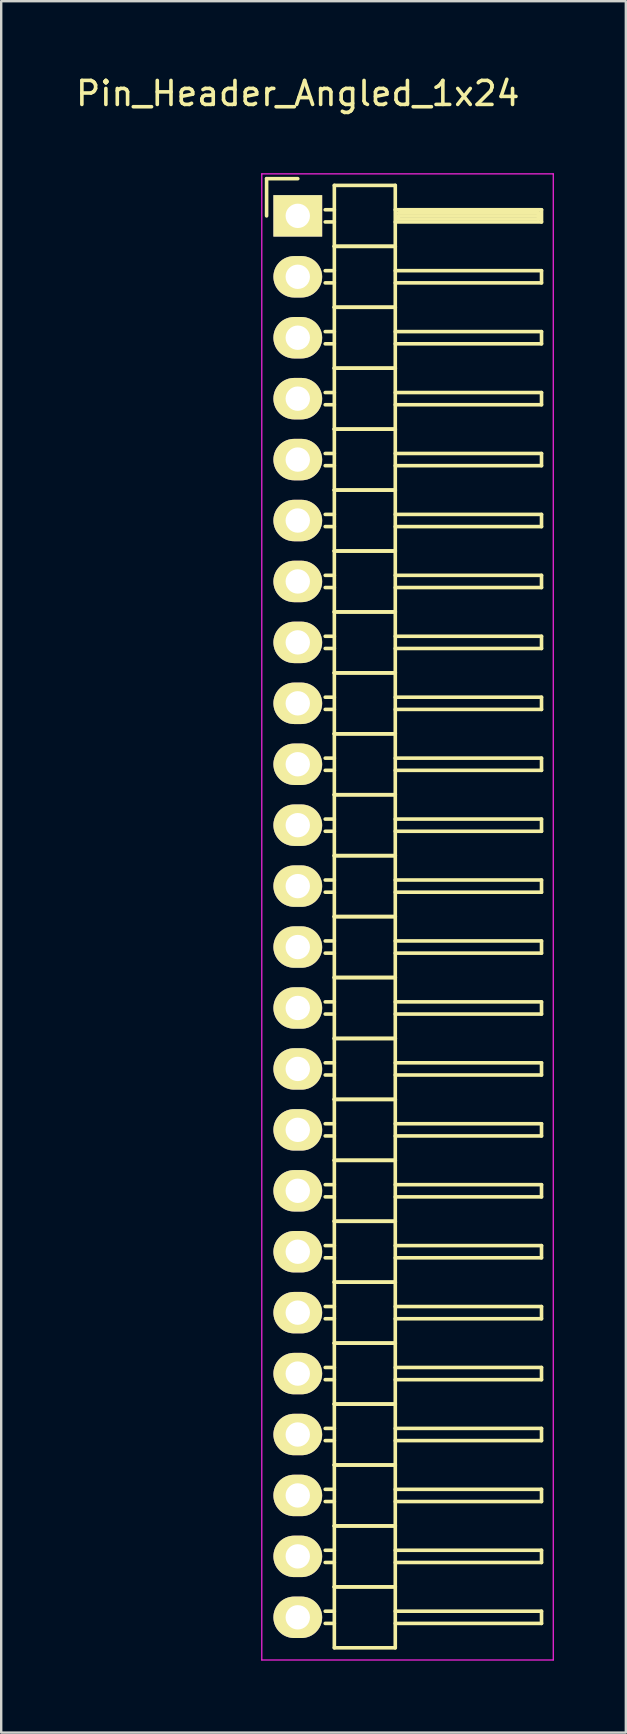
<source format=kicad_pcb>
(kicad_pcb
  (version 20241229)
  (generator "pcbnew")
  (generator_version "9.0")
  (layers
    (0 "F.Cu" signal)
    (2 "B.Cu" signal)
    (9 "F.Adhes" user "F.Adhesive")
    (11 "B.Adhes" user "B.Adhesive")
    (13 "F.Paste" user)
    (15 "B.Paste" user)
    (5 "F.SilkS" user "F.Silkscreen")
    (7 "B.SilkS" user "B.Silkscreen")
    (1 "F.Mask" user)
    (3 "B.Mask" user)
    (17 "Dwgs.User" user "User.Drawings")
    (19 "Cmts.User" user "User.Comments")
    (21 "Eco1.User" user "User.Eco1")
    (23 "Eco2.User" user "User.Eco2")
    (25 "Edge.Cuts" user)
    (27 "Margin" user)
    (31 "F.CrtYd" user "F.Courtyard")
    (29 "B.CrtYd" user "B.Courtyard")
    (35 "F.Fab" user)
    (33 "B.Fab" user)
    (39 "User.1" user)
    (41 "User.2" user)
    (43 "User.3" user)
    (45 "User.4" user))
  (footprint "Pin_Header_Angled_1x24"
    (layer "F.Cu")
    (at 9.363 5.948)
    (property "Reference" "Pin_Header_Angled_1x24" (at 0 -5.1 0) (layer "F.SilkS") (effects (font (size 1 1) (thickness 0.15))))
    (attr through_hole)
    (fp_line (start -1.3 -1.55) (end -1.3 0) (stroke (width 0.15) (type solid)) (layer "F.SilkS"))
    (fp_line (start 0 -1.55) (end -1.3 -1.55) (stroke (width 0.15) (type solid)) (layer "F.SilkS"))
    (fp_line (start 1.524 -1.27) (end 1.524 1.27) (stroke (width 0.15) (type solid)) (layer "F.SilkS"))
    (fp_line (start 1.524 -1.27) (end 4.064 -1.27) (stroke (width 0.15) (type solid)) (layer "F.SilkS"))
    (fp_line (start 1.524 -0.254) (end 1.143 -0.254) (stroke (width 0.15) (type solid)) (layer "F.SilkS"))
    (fp_line (start 1.524 0.254) (end 1.143 0.254) (stroke (width 0.15) (type solid)) (layer "F.SilkS"))
    (fp_line (start 1.524 1.27) (end 1.524 3.81) (stroke (width 0.15) (type solid)) (layer "F.SilkS"))
    (fp_line (start 1.524 1.27) (end 4.064 1.27) (stroke (width 0.15) (type solid)) (layer "F.SilkS"))
    (fp_line (start 1.524 1.27) (end 4.064 1.27) (stroke (width 0.15) (type solid)) (layer "F.SilkS"))
    (fp_line (start 1.524 2.286) (end 1.143 2.286) (stroke (width 0.15) (type solid)) (layer "F.SilkS"))
    (fp_line (start 1.524 2.794) (end 1.143 2.794) (stroke (width 0.15) (type solid)) (layer "F.SilkS"))
    (fp_line (start 1.524 3.81) (end 1.524 6.35) (stroke (width 0.15) (type solid)) (layer "F.SilkS"))
    (fp_line (start 1.524 3.81) (end 4.064 3.81) (stroke (width 0.15) (type solid)) (layer "F.SilkS"))
    (fp_line (start 1.524 3.81) (end 4.064 3.81) (stroke (width 0.15) (type solid)) (layer "F.SilkS"))
    (fp_line (start 1.524 4.826) (end 1.143 4.826) (stroke (width 0.15) (type solid)) (layer "F.SilkS"))
    (fp_line (start 1.524 5.334) (end 1.143 5.334) (stroke (width 0.15) (type solid)) (layer "F.SilkS"))
    (fp_line (start 1.524 6.35) (end 1.524 8.89) (stroke (width 0.15) (type solid)) (layer "F.SilkS"))
    (fp_line (start 1.524 6.35) (end 4.064 6.35) (stroke (width 0.15) (type solid)) (layer "F.SilkS"))
    (fp_line (start 1.524 6.35) (end 4.064 6.35) (stroke (width 0.15) (type solid)) (layer "F.SilkS"))
    (fp_line (start 1.524 7.366) (end 1.143 7.366) (stroke (width 0.15) (type solid)) (layer "F.SilkS"))
    (fp_line (start 1.524 7.874) (end 1.143 7.874) (stroke (width 0.15) (type solid)) (layer "F.SilkS"))
    (fp_line (start 1.524 8.89) (end 1.524 11.43) (stroke (width 0.15) (type solid)) (layer "F.SilkS"))
    (fp_line (start 1.524 8.89) (end 4.064 8.89) (stroke (width 0.15) (type solid)) (layer "F.SilkS"))
    (fp_line (start 1.524 8.89) (end 4.064 8.89) (stroke (width 0.15) (type solid)) (layer "F.SilkS"))
    (fp_line (start 1.524 9.906) (end 1.143 9.906) (stroke (width 0.15) (type solid)) (layer "F.SilkS"))
    (fp_line (start 1.524 10.414) (end 1.143 10.414) (stroke (width 0.15) (type solid)) (layer "F.SilkS"))
    (fp_line (start 1.524 11.43) (end 1.524 13.97) (stroke (width 0.15) (type solid)) (layer "F.SilkS"))
    (fp_line (start 1.524 11.43) (end 4.064 11.43) (stroke (width 0.15) (type solid)) (layer "F.SilkS"))
    (fp_line (start 1.524 11.43) (end 4.064 11.43) (stroke (width 0.15) (type solid)) (layer "F.SilkS"))
    (fp_line (start 1.524 12.446) (end 1.143 12.446) (stroke (width 0.15) (type solid)) (layer "F.SilkS"))
    (fp_line (start 1.524 12.954) (end 1.143 12.954) (stroke (width 0.15) (type solid)) (layer "F.SilkS"))
    (fp_line (start 1.524 13.97) (end 1.524 16.51) (stroke (width 0.15) (type solid)) (layer "F.SilkS"))
    (fp_line (start 1.524 13.97) (end 4.064 13.97) (stroke (width 0.15) (type solid)) (layer "F.SilkS"))
    (fp_line (start 1.524 13.97) (end 4.064 13.97) (stroke (width 0.15) (type solid)) (layer "F.SilkS"))
    (fp_line (start 1.524 14.986) (end 1.143 14.986) (stroke (width 0.15) (type solid)) (layer "F.SilkS"))
    (fp_line (start 1.524 15.494) (end 1.143 15.494) (stroke (width 0.15) (type solid)) (layer "F.SilkS"))
    (fp_line (start 1.524 16.51) (end 1.524 19.05) (stroke (width 0.15) (type solid)) (layer "F.SilkS"))
    (fp_line (start 1.524 16.51) (end 4.064 16.51) (stroke (width 0.15) (type solid)) (layer "F.SilkS"))
    (fp_line (start 1.524 16.51) (end 4.064 16.51) (stroke (width 0.15) (type solid)) (layer "F.SilkS"))
    (fp_line (start 1.524 17.526) (end 1.143 17.526) (stroke (width 0.15) (type solid)) (layer "F.SilkS"))
    (fp_line (start 1.524 18.034) (end 1.143 18.034) (stroke (width 0.15) (type solid)) (layer "F.SilkS"))
    (fp_line (start 1.524 19.05) (end 1.524 21.59) (stroke (width 0.15) (type solid)) (layer "F.SilkS"))
    (fp_line (start 1.524 19.05) (end 4.064 19.05) (stroke (width 0.15) (type solid)) (layer "F.SilkS"))
    (fp_line (start 1.524 19.05) (end 4.064 19.05) (stroke (width 0.15) (type solid)) (layer "F.SilkS"))
    (fp_line (start 1.524 20.066) (end 1.143 20.066) (stroke (width 0.15) (type solid)) (layer "F.SilkS"))
    (fp_line (start 1.524 20.574) (end 1.143 20.574) (stroke (width 0.15) (type solid)) (layer "F.SilkS"))
    (fp_line (start 1.524 21.59) (end 1.524 24.13) (stroke (width 0.15) (type solid)) (layer "F.SilkS"))
    (fp_line (start 1.524 21.59) (end 4.064 21.59) (stroke (width 0.15) (type solid)) (layer "F.SilkS"))
    (fp_line (start 1.524 21.59) (end 4.064 21.59) (stroke (width 0.15) (type solid)) (layer "F.SilkS"))
    (fp_line (start 1.524 22.606) (end 1.143 22.606) (stroke (width 0.15) (type solid)) (layer "F.SilkS"))
    (fp_line (start 1.524 23.114) (end 1.143 23.114) (stroke (width 0.15) (type solid)) (layer "F.SilkS"))
    (fp_line (start 1.524 24.13) (end 1.524 26.67) (stroke (width 0.15) (type solid)) (layer "F.SilkS"))
    (fp_line (start 1.524 24.13) (end 4.064 24.13) (stroke (width 0.15) (type solid)) (layer "F.SilkS"))
    (fp_line (start 1.524 24.13) (end 4.064 24.13) (stroke (width 0.15) (type solid)) (layer "F.SilkS"))
    (fp_line (start 1.524 25.146) (end 1.143 25.146) (stroke (width 0.15) (type solid)) (layer "F.SilkS"))
    (fp_line (start 1.524 25.654) (end 1.143 25.654) (stroke (width 0.15) (type solid)) (layer "F.SilkS"))
    (fp_line (start 1.524 26.67) (end 1.524 29.21) (stroke (width 0.15) (type solid)) (layer "F.SilkS"))
    (fp_line (start 1.524 26.67) (end 4.064 26.67) (stroke (width 0.15) (type solid)) (layer "F.SilkS"))
    (fp_line (start 1.524 26.67) (end 4.064 26.67) (stroke (width 0.15) (type solid)) (layer "F.SilkS"))
    (fp_line (start 1.524 27.686) (end 1.143 27.686) (stroke (width 0.15) (type solid)) (layer "F.SilkS"))
    (fp_line (start 1.524 28.194) (end 1.143 28.194) (stroke (width 0.15) (type solid)) (layer "F.SilkS"))
    (fp_line (start 1.524 29.21) (end 1.524 31.75) (stroke (width 0.15) (type solid)) (layer "F.SilkS"))
    (fp_line (start 1.524 29.21) (end 4.064 29.21) (stroke (width 0.15) (type solid)) (layer "F.SilkS"))
    (fp_line (start 1.524 29.21) (end 4.064 29.21) (stroke (width 0.15) (type solid)) (layer "F.SilkS"))
    (fp_line (start 1.524 30.226) (end 1.143 30.226) (stroke (width 0.15) (type solid)) (layer "F.SilkS"))
    (fp_line (start 1.524 30.734) (end 1.143 30.734) (stroke (width 0.15) (type solid)) (layer "F.SilkS"))
    (fp_line (start 1.524 31.75) (end 1.524 34.29) (stroke (width 0.15) (type solid)) (layer "F.SilkS"))
    (fp_line (start 1.524 31.75) (end 4.064 31.75) (stroke (width 0.15) (type solid)) (layer "F.SilkS"))
    (fp_line (start 1.524 31.75) (end 4.064 31.75) (stroke (width 0.15) (type solid)) (layer "F.SilkS"))
    (fp_line (start 1.524 32.766) (end 1.143 32.766) (stroke (width 0.15) (type solid)) (layer "F.SilkS"))
    (fp_line (start 1.524 33.274) (end 1.143 33.274) (stroke (width 0.15) (type solid)) (layer "F.SilkS"))
    (fp_line (start 1.524 34.29) (end 1.524 36.83) (stroke (width 0.15) (type solid)) (layer "F.SilkS"))
    (fp_line (start 1.524 34.29) (end 4.064 34.29) (stroke (width 0.15) (type solid)) (layer "F.SilkS"))
    (fp_line (start 1.524 34.29) (end 4.064 34.29) (stroke (width 0.15) (type solid)) (layer "F.SilkS"))
    (fp_line (start 1.524 35.306) (end 1.143 35.306) (stroke (width 0.15) (type solid)) (layer "F.SilkS"))
    (fp_line (start 1.524 35.814) (end 1.143 35.814) (stroke (width 0.15) (type solid)) (layer "F.SilkS"))
    (fp_line (start 1.524 36.83) (end 1.524 39.37) (stroke (width 0.15) (type solid)) (layer "F.SilkS"))
    (fp_line (start 1.524 36.83) (end 4.064 36.83) (stroke (width 0.15) (type solid)) (layer "F.SilkS"))
    (fp_line (start 1.524 36.83) (end 4.064 36.83) (stroke (width 0.15) (type solid)) (layer "F.SilkS"))
    (fp_line (start 1.524 37.846) (end 1.143 37.846) (stroke (width 0.15) (type solid)) (layer "F.SilkS"))
    (fp_line (start 1.524 38.354) (end 1.143 38.354) (stroke (width 0.15) (type solid)) (layer "F.SilkS"))
    (fp_line (start 1.524 39.37) (end 1.524 41.91) (stroke (width 0.15) (type solid)) (layer "F.SilkS"))
    (fp_line (start 1.524 39.37) (end 4.064 39.37) (stroke (width 0.15) (type solid)) (layer "F.SilkS"))
    (fp_line (start 1.524 39.37) (end 4.064 39.37) (stroke (width 0.15) (type solid)) (layer "F.SilkS"))
    (fp_line (start 1.524 40.386) (end 1.143 40.386) (stroke (width 0.15) (type solid)) (layer "F.SilkS"))
    (fp_line (start 1.524 40.894) (end 1.143 40.894) (stroke (width 0.15) (type solid)) (layer "F.SilkS"))
    (fp_line (start 1.524 41.91) (end 1.524 44.45) (stroke (width 0.15) (type solid)) (layer "F.SilkS"))
    (fp_line (start 1.524 41.91) (end 4.064 41.91) (stroke (width 0.15) (type solid)) (layer "F.SilkS"))
    (fp_line (start 1.524 41.91) (end 4.064 41.91) (stroke (width 0.15) (type solid)) (layer "F.SilkS"))
    (fp_line (start 1.524 42.926) (end 1.143 42.926) (stroke (width 0.15) (type solid)) (layer "F.SilkS"))
    (fp_line (start 1.524 43.434) (end 1.143 43.434) (stroke (width 0.15) (type solid)) (layer "F.SilkS"))
    (fp_line (start 1.524 44.45) (end 1.524 46.99) (stroke (width 0.15) (type solid)) (layer "F.SilkS"))
    (fp_line (start 1.524 44.45) (end 4.064 44.45) (stroke (width 0.15) (type solid)) (layer "F.SilkS"))
    (fp_line (start 1.524 44.45) (end 4.064 44.45) (stroke (width 0.15) (type solid)) (layer "F.SilkS"))
    (fp_line (start 1.524 45.466) (end 1.143 45.466) (stroke (width 0.15) (type solid)) (layer "F.SilkS"))
    (fp_line (start 1.524 45.974) (end 1.143 45.974) (stroke (width 0.15) (type solid)) (layer "F.SilkS"))
    (fp_line (start 1.524 46.99) (end 1.524 49.53) (stroke (width 0.15) (type solid)) (layer "F.SilkS"))
    (fp_line (start 1.524 46.99) (end 4.064 46.99) (stroke (width 0.15) (type solid)) (layer "F.SilkS"))
    (fp_line (start 1.524 46.99) (end 4.064 46.99) (stroke (width 0.15) (type solid)) (layer "F.SilkS"))
    (fp_line (start 1.524 48.006) (end 1.143 48.006) (stroke (width 0.15) (type solid)) (layer "F.SilkS"))
    (fp_line (start 1.524 48.514) (end 1.143 48.514) (stroke (width 0.15) (type solid)) (layer "F.SilkS"))
    (fp_line (start 1.524 49.53) (end 1.524 52.07) (stroke (width 0.15) (type solid)) (layer "F.SilkS"))
    (fp_line (start 1.524 49.53) (end 4.064 49.53) (stroke (width 0.15) (type solid)) (layer "F.SilkS"))
    (fp_line (start 1.524 49.53) (end 4.064 49.53) (stroke (width 0.15) (type solid)) (layer "F.SilkS"))
    (fp_line (start 1.524 50.546) (end 1.143 50.546) (stroke (width 0.15) (type solid)) (layer "F.SilkS"))
    (fp_line (start 1.524 51.054) (end 1.143 51.054) (stroke (width 0.15) (type solid)) (layer "F.SilkS"))
    (fp_line (start 1.524 52.07) (end 1.524 54.61) (stroke (width 0.15) (type solid)) (layer "F.SilkS"))
    (fp_line (start 1.524 52.07) (end 4.064 52.07) (stroke (width 0.15) (type solid)) (layer "F.SilkS"))
    (fp_line (start 1.524 52.07) (end 4.064 52.07) (stroke (width 0.15) (type solid)) (layer "F.SilkS"))
    (fp_line (start 1.524 53.086) (end 1.143 53.086) (stroke (width 0.15) (type solid)) (layer "F.SilkS"))
    (fp_line (start 1.524 53.594) (end 1.143 53.594) (stroke (width 0.15) (type solid)) (layer "F.SilkS"))
    (fp_line (start 1.524 54.61) (end 1.524 57.15) (stroke (width 0.15) (type solid)) (layer "F.SilkS"))
    (fp_line (start 1.524 54.61) (end 4.064 54.61) (stroke (width 0.15) (type solid)) (layer "F.SilkS"))
    (fp_line (start 1.524 54.61) (end 4.064 54.61) (stroke (width 0.15) (type solid)) (layer "F.SilkS"))
    (fp_line (start 1.524 55.626) (end 1.143 55.626) (stroke (width 0.15) (type solid)) (layer "F.SilkS"))
    (fp_line (start 1.524 56.134) (end 1.143 56.134) (stroke (width 0.15) (type solid)) (layer "F.SilkS"))
    (fp_line (start 1.524 57.15) (end 1.524 59.69) (stroke (width 0.15) (type solid)) (layer "F.SilkS"))
    (fp_line (start 1.524 57.15) (end 4.064 57.15) (stroke (width 0.15) (type solid)) (layer "F.SilkS"))
    (fp_line (start 1.524 57.15) (end 4.064 57.15) (stroke (width 0.15) (type solid)) (layer "F.SilkS"))
    (fp_line (start 1.524 58.166) (end 1.143 58.166) (stroke (width 0.15) (type solid)) (layer "F.SilkS"))
    (fp_line (start 1.524 58.674) (end 1.143 58.674) (stroke (width 0.15) (type solid)) (layer "F.SilkS"))
    (fp_line (start 1.524 59.69) (end 4.064 59.69) (stroke (width 0.15) (type solid)) (layer "F.SilkS"))
    (fp_line (start 4.064 -0.254) (end 10.16 -0.254) (stroke (width 0.15) (type solid)) (layer "F.SilkS"))
    (fp_line (start 4.064 1.27) (end 4.064 -1.27) (stroke (width 0.15) (type solid)) (layer "F.SilkS"))
    (fp_line (start 4.064 2.286) (end 10.16 2.286) (stroke (width 0.15) (type solid)) (layer "F.SilkS"))
    (fp_line (start 4.064 3.81) (end 4.064 1.27) (stroke (width 0.15) (type solid)) (layer "F.SilkS"))
    (fp_line (start 4.064 4.826) (end 10.16 4.826) (stroke (width 0.15) (type solid)) (layer "F.SilkS"))
    (fp_line (start 4.064 6.35) (end 4.064 3.81) (stroke (width 0.15) (type solid)) (layer "F.SilkS"))
    (fp_line (start 4.064 7.366) (end 10.16 7.366) (stroke (width 0.15) (type solid)) (layer "F.SilkS"))
    (fp_line (start 4.064 8.89) (end 4.064 6.35) (stroke (width 0.15) (type solid)) (layer "F.SilkS"))
    (fp_line (start 4.064 9.906) (end 10.16 9.906) (stroke (width 0.15) (type solid)) (layer "F.SilkS"))
    (fp_line (start 4.064 11.43) (end 4.064 8.89) (stroke (width 0.15) (type solid)) (layer "F.SilkS"))
    (fp_line (start 4.064 12.446) (end 10.16 12.446) (stroke (width 0.15) (type solid)) (layer "F.SilkS"))
    (fp_line (start 4.064 13.97) (end 4.064 11.43) (stroke (width 0.15) (type solid)) (layer "F.SilkS"))
    (fp_line (start 4.064 14.986) (end 10.16 14.986) (stroke (width 0.15) (type solid)) (layer "F.SilkS"))
    (fp_line (start 4.064 16.51) (end 4.064 13.97) (stroke (width 0.15) (type solid)) (layer "F.SilkS"))
    (fp_line (start 4.064 17.526) (end 10.16 17.526) (stroke (width 0.15) (type solid)) (layer "F.SilkS"))
    (fp_line (start 4.064 19.05) (end 4.064 16.51) (stroke (width 0.15) (type solid)) (layer "F.SilkS"))
    (fp_line (start 4.064 20.066) (end 10.16 20.066) (stroke (width 0.15) (type solid)) (layer "F.SilkS"))
    (fp_line (start 4.064 21.59) (end 4.064 19.05) (stroke (width 0.15) (type solid)) (layer "F.SilkS"))
    (fp_line (start 4.064 22.606) (end 10.16 22.606) (stroke (width 0.15) (type solid)) (layer "F.SilkS"))
    (fp_line (start 4.064 24.13) (end 4.064 21.59) (stroke (width 0.15) (type solid)) (layer "F.SilkS"))
    (fp_line (start 4.064 25.146) (end 10.16 25.146) (stroke (width 0.15) (type solid)) (layer "F.SilkS"))
    (fp_line (start 4.064 26.67) (end 4.064 24.13) (stroke (width 0.15) (type solid)) (layer "F.SilkS"))
    (fp_line (start 4.064 27.686) (end 10.16 27.686) (stroke (width 0.15) (type solid)) (layer "F.SilkS"))
    (fp_line (start 4.064 29.21) (end 4.064 26.67) (stroke (width 0.15) (type solid)) (layer "F.SilkS"))
    (fp_line (start 4.064 30.226) (end 10.16 30.226) (stroke (width 0.15) (type solid)) (layer "F.SilkS"))
    (fp_line (start 4.064 31.75) (end 4.064 29.21) (stroke (width 0.15) (type solid)) (layer "F.SilkS"))
    (fp_line (start 4.064 32.766) (end 10.16 32.766) (stroke (width 0.15) (type solid)) (layer "F.SilkS"))
    (fp_line (start 4.064 34.29) (end 4.064 31.75) (stroke (width 0.15) (type solid)) (layer "F.SilkS"))
    (fp_line (start 4.064 35.306) (end 10.16 35.306) (stroke (width 0.15) (type solid)) (layer "F.SilkS"))
    (fp_line (start 4.064 36.83) (end 4.064 34.29) (stroke (width 0.15) (type solid)) (layer "F.SilkS"))
    (fp_line (start 4.064 37.846) (end 10.16 37.846) (stroke (width 0.15) (type solid)) (layer "F.SilkS"))
    (fp_line (start 4.064 39.37) (end 4.064 36.83) (stroke (width 0.15) (type solid)) (layer "F.SilkS"))
    (fp_line (start 4.064 40.386) (end 10.16 40.386) (stroke (width 0.15) (type solid)) (layer "F.SilkS"))
    (fp_line (start 4.064 41.91) (end 4.064 39.37) (stroke (width 0.15) (type solid)) (layer "F.SilkS"))
    (fp_line (start 4.064 42.926) (end 10.16 42.926) (stroke (width 0.15) (type solid)) (layer "F.SilkS"))
    (fp_line (start 4.064 44.45) (end 4.064 41.91) (stroke (width 0.15) (type solid)) (layer "F.SilkS"))
    (fp_line (start 4.064 45.466) (end 10.16 45.466) (stroke (width 0.15) (type solid)) (layer "F.SilkS"))
    (fp_line (start 4.064 46.99) (end 4.064 44.45) (stroke (width 0.15) (type solid)) (layer "F.SilkS"))
    (fp_line (start 4.064 48.006) (end 10.16 48.006) (stroke (width 0.15) (type solid)) (layer "F.SilkS"))
    (fp_line (start 4.064 49.53) (end 4.064 46.99) (stroke (width 0.15) (type solid)) (layer "F.SilkS"))
    (fp_line (start 4.064 50.546) (end 10.16 50.546) (stroke (width 0.15) (type solid)) (layer "F.SilkS"))
    (fp_line (start 4.064 52.07) (end 4.064 49.53) (stroke (width 0.15) (type solid)) (layer "F.SilkS"))
    (fp_line (start 4.064 53.086) (end 10.16 53.086) (stroke (width 0.15) (type solid)) (layer "F.SilkS"))
    (fp_line (start 4.064 54.61) (end 4.064 52.07) (stroke (width 0.15) (type solid)) (layer "F.SilkS"))
    (fp_line (start 4.064 55.626) (end 10.16 55.626) (stroke (width 0.15) (type solid)) (layer "F.SilkS"))
    (fp_line (start 4.064 57.15) (end 4.064 54.61) (stroke (width 0.15) (type solid)) (layer "F.SilkS"))
    (fp_line (start 4.064 58.166) (end 10.16 58.166) (stroke (width 0.15) (type solid)) (layer "F.SilkS"))
    (fp_line (start 4.064 59.69) (end 4.064 57.15) (stroke (width 0.15) (type solid)) (layer "F.SilkS"))
    (fp_line (start 4.191 -0.127) (end 10.033 -0.127) (stroke (width 0.15) (type solid)) (layer "F.SilkS"))
    (fp_line (start 4.191 0) (end 10.033 0) (stroke (width 0.15) (type solid)) (layer "F.SilkS"))
    (fp_line (start 4.191 0.127) (end 4.191 0) (stroke (width 0.15) (type solid)) (layer "F.SilkS"))
    (fp_line (start 10.033 -0.127) (end 10.033 0.127) (stroke (width 0.15) (type solid)) (layer "F.SilkS"))
    (fp_line (start 10.033 0.127) (end 4.191 0.127) (stroke (width 0.15) (type solid)) (layer "F.SilkS"))
    (fp_line (start 10.16 -0.254) (end 10.16 0.254) (stroke (width 0.15) (type solid)) (layer "F.SilkS"))
    (fp_line (start 10.16 0.254) (end 4.064 0.254) (stroke (width 0.15) (type solid)) (layer "F.SilkS"))
    (fp_line (start 10.16 2.286) (end 10.16 2.794) (stroke (width 0.15) (type solid)) (layer "F.SilkS"))
    (fp_line (start 10.16 2.794) (end 4.064 2.794) (stroke (width 0.15) (type solid)) (layer "F.SilkS"))
    (fp_line (start 10.16 4.826) (end 10.16 5.334) (stroke (width 0.15) (type solid)) (layer "F.SilkS"))
    (fp_line (start 10.16 5.334) (end 4.064 5.334) (stroke (width 0.15) (type solid)) (layer "F.SilkS"))
    (fp_line (start 10.16 7.366) (end 10.16 7.874) (stroke (width 0.15) (type solid)) (layer "F.SilkS"))
    (fp_line (start 10.16 7.874) (end 4.064 7.874) (stroke (width 0.15) (type solid)) (layer "F.SilkS"))
    (fp_line (start 10.16 9.906) (end 10.16 10.414) (stroke (width 0.15) (type solid)) (layer "F.SilkS"))
    (fp_line (start 10.16 10.414) (end 4.064 10.414) (stroke (width 0.15) (type solid)) (layer "F.SilkS"))
    (fp_line (start 10.16 12.446) (end 10.16 12.954) (stroke (width 0.15) (type solid)) (layer "F.SilkS"))
    (fp_line (start 10.16 12.954) (end 4.064 12.954) (stroke (width 0.15) (type solid)) (layer "F.SilkS"))
    (fp_line (start 10.16 14.986) (end 10.16 15.494) (stroke (width 0.15) (type solid)) (layer "F.SilkS"))
    (fp_line (start 10.16 15.494) (end 4.064 15.494) (stroke (width 0.15) (type solid)) (layer "F.SilkS"))
    (fp_line (start 10.16 17.526) (end 10.16 18.034) (stroke (width 0.15) (type solid)) (layer "F.SilkS"))
    (fp_line (start 10.16 18.034) (end 4.064 18.034) (stroke (width 0.15) (type solid)) (layer "F.SilkS"))
    (fp_line (start 10.16 20.066) (end 10.16 20.574) (stroke (width 0.15) (type solid)) (layer "F.SilkS"))
    (fp_line (start 10.16 20.574) (end 4.064 20.574) (stroke (width 0.15) (type solid)) (layer "F.SilkS"))
    (fp_line (start 10.16 22.606) (end 10.16 23.114) (stroke (width 0.15) (type solid)) (layer "F.SilkS"))
    (fp_line (start 10.16 23.114) (end 4.064 23.114) (stroke (width 0.15) (type solid)) (layer "F.SilkS"))
    (fp_line (start 10.16 25.146) (end 10.16 25.654) (stroke (width 0.15) (type solid)) (layer "F.SilkS"))
    (fp_line (start 10.16 25.654) (end 4.064 25.654) (stroke (width 0.15) (type solid)) (layer "F.SilkS"))
    (fp_line (start 10.16 27.686) (end 10.16 28.194) (stroke (width 0.15) (type solid)) (layer "F.SilkS"))
    (fp_line (start 10.16 28.194) (end 4.064 28.194) (stroke (width 0.15) (type solid)) (layer "F.SilkS"))
    (fp_line (start 10.16 30.226) (end 10.16 30.734) (stroke (width 0.15) (type solid)) (layer "F.SilkS"))
    (fp_line (start 10.16 30.734) (end 4.064 30.734) (stroke (width 0.15) (type solid)) (layer "F.SilkS"))
    (fp_line (start 10.16 32.766) (end 10.16 33.274) (stroke (width 0.15) (type solid)) (layer "F.SilkS"))
    (fp_line (start 10.16 33.274) (end 4.064 33.274) (stroke (width 0.15) (type solid)) (layer "F.SilkS"))
    (fp_line (start 10.16 35.306) (end 10.16 35.814) (stroke (width 0.15) (type solid)) (layer "F.SilkS"))
    (fp_line (start 10.16 35.814) (end 4.064 35.814) (stroke (width 0.15) (type solid)) (layer "F.SilkS"))
    (fp_line (start 10.16 37.846) (end 10.16 38.354) (stroke (width 0.15) (type solid)) (layer "F.SilkS"))
    (fp_line (start 10.16 38.354) (end 4.064 38.354) (stroke (width 0.15) (type solid)) (layer "F.SilkS"))
    (fp_line (start 10.16 40.386) (end 10.16 40.894) (stroke (width 0.15) (type solid)) (layer "F.SilkS"))
    (fp_line (start 10.16 40.894) (end 4.064 40.894) (stroke (width 0.15) (type solid)) (layer "F.SilkS"))
    (fp_line (start 10.16 42.926) (end 10.16 43.434) (stroke (width 0.15) (type solid)) (layer "F.SilkS"))
    (fp_line (start 10.16 43.434) (end 4.064 43.434) (stroke (width 0.15) (type solid)) (layer "F.SilkS"))
    (fp_line (start 10.16 45.466) (end 10.16 45.974) (stroke (width 0.15) (type solid)) (layer "F.SilkS"))
    (fp_line (start 10.16 45.974) (end 4.064 45.974) (stroke (width 0.15) (type solid)) (layer "F.SilkS"))
    (fp_line (start 10.16 48.006) (end 10.16 48.514) (stroke (width 0.15) (type solid)) (layer "F.SilkS"))
    (fp_line (start 10.16 48.514) (end 4.064 48.514) (stroke (width 0.15) (type solid)) (layer "F.SilkS"))
    (fp_line (start 10.16 50.546) (end 10.16 51.054) (stroke (width 0.15) (type solid)) (layer "F.SilkS"))
    (fp_line (start 10.16 51.054) (end 4.064 51.054) (stroke (width 0.15) (type solid)) (layer "F.SilkS"))
    (fp_line (start 10.16 53.086) (end 10.16 53.594) (stroke (width 0.15) (type solid)) (layer "F.SilkS"))
    (fp_line (start 10.16 53.594) (end 4.064 53.594) (stroke (width 0.15) (type solid)) (layer "F.SilkS"))
    (fp_line (start 10.16 55.626) (end 10.16 56.134) (stroke (width 0.15) (type solid)) (layer "F.SilkS"))
    (fp_line (start 10.16 56.134) (end 4.064 56.134) (stroke (width 0.15) (type solid)) (layer "F.SilkS"))
    (fp_line (start 10.16 58.166) (end 10.16 58.674) (stroke (width 0.15) (type solid)) (layer "F.SilkS"))
    (fp_line (start 10.16 58.674) (end 4.064 58.674) (stroke (width 0.15) (type solid)) (layer "F.SilkS"))
    (fp_line (start -1.5 -1.75) (end -1.5 60.2) (stroke (width 0.05) (type solid)) (layer "F.CrtYd"))
    (fp_line (start -1.5 -1.75) (end 10.65 -1.75) (stroke (width 0.05) (type solid)) (layer "F.CrtYd"))
    (fp_line (start -1.5 60.2) (end 10.65 60.2) (stroke (width 0.05) (type solid)) (layer "F.CrtYd"))
    (fp_line (start 10.65 -1.75) (end 10.65 60.2) (stroke (width 0.05) (type solid)) (layer "F.CrtYd"))
    (pad "1" thru_hole rect (at 0 0) (size 2.032 1.727) (drill 1.016) (layers "*.Cu" "*.Mask" "F.SilkS"))
    (pad "2" thru_hole oval (at 0 2.54) (size 2.032 1.727) (drill 1.016) (layers "*.Cu" "*.Mask" "F.SilkS"))
    (pad "3" thru_hole oval (at 0 5.08) (size 2.032 1.727) (drill 1.016) (layers "*.Cu" "*.Mask" "F.SilkS"))
    (pad "4" thru_hole oval (at 0 7.62) (size 2.032 1.727) (drill 1.016) (layers "*.Cu" "*.Mask" "F.SilkS"))
    (pad "5" thru_hole oval (at 0 10.16) (size 2.032 1.727) (drill 1.016) (layers "*.Cu" "*.Mask" "F.SilkS"))
    (pad "6" thru_hole oval (at 0 12.7) (size 2.032 1.727) (drill 1.016) (layers "*.Cu" "*.Mask" "F.SilkS"))
    (pad "7" thru_hole oval (at 0 15.24) (size 2.032 1.727) (drill 1.016) (layers "*.Cu" "*.Mask" "F.SilkS"))
    (pad "8" thru_hole oval (at 0 17.78) (size 2.032 1.727) (drill 1.016) (layers "*.Cu" "*.Mask" "F.SilkS"))
    (pad "9" thru_hole oval (at 0 20.32) (size 2.032 1.727) (drill 1.016) (layers "*.Cu" "*.Mask" "F.SilkS"))
    (pad "10" thru_hole oval (at 0 22.86) (size 2.032 1.727) (drill 1.016) (layers "*.Cu" "*.Mask" "F.SilkS"))
    (pad "11" thru_hole oval (at 0 25.4) (size 2.032 1.727) (drill 1.016) (layers "*.Cu" "*.Mask" "F.SilkS"))
    (pad "12" thru_hole oval (at 0 27.94) (size 2.032 1.727) (drill 1.016) (layers "*.Cu" "*.Mask" "F.SilkS"))
    (pad "13" thru_hole oval (at 0 30.48) (size 2.032 1.727) (drill 1.016) (layers "*.Cu" "*.Mask" "F.SilkS"))
    (pad "14" thru_hole oval (at 0 33.02) (size 2.032 1.727) (drill 1.016) (layers "*.Cu" "*.Mask" "F.SilkS"))
    (pad "15" thru_hole oval (at 0 35.56) (size 2.032 1.727) (drill 1.016) (layers "*.Cu" "*.Mask" "F.SilkS"))
    (pad "16" thru_hole oval (at 0 38.1) (size 2.032 1.727) (drill 1.016) (layers "*.Cu" "*.Mask" "F.SilkS"))
    (pad "17" thru_hole oval (at 0 40.64) (size 2.032 1.727) (drill 1.016) (layers "*.Cu" "*.Mask" "F.SilkS"))
    (pad "18" thru_hole oval (at 0 43.18) (size 2.032 1.727) (drill 1.016) (layers "*.Cu" "*.Mask" "F.SilkS"))
    (pad "19" thru_hole oval (at 0 45.72) (size 2.032 1.727) (drill 1.016) (layers "*.Cu" "*.Mask" "F.SilkS"))
    (pad "20" thru_hole oval (at 0 48.26) (size 2.032 1.727) (drill 1.016) (layers "*.Cu" "*.Mask" "F.SilkS"))
    (pad "21" thru_hole oval (at 0 50.8) (size 2.032 1.727) (drill 1.016) (layers "*.Cu" "*.Mask" "F.SilkS"))
    (pad "22" thru_hole oval (at 0 53.34) (size 2.032 1.727) (drill 1.016) (layers "*.Cu" "*.Mask" "F.SilkS"))
    (pad "23" thru_hole oval (at 0 55.88) (size 2.032 1.727) (drill 1.016) (layers "*.Cu" "*.Mask" "F.SilkS"))
    (pad "24" thru_hole oval (at 0 58.42) (size 2.032 1.727) (drill 1.016) (layers "*.Cu" "*.Mask" "F.SilkS")))
  (gr_rect
    (start -3 -3)
    (end 23.038 69.173)
    (stroke (width 0.1) (type default))
    (fill no)
    (layer "Edge.Cuts")))
</source>
